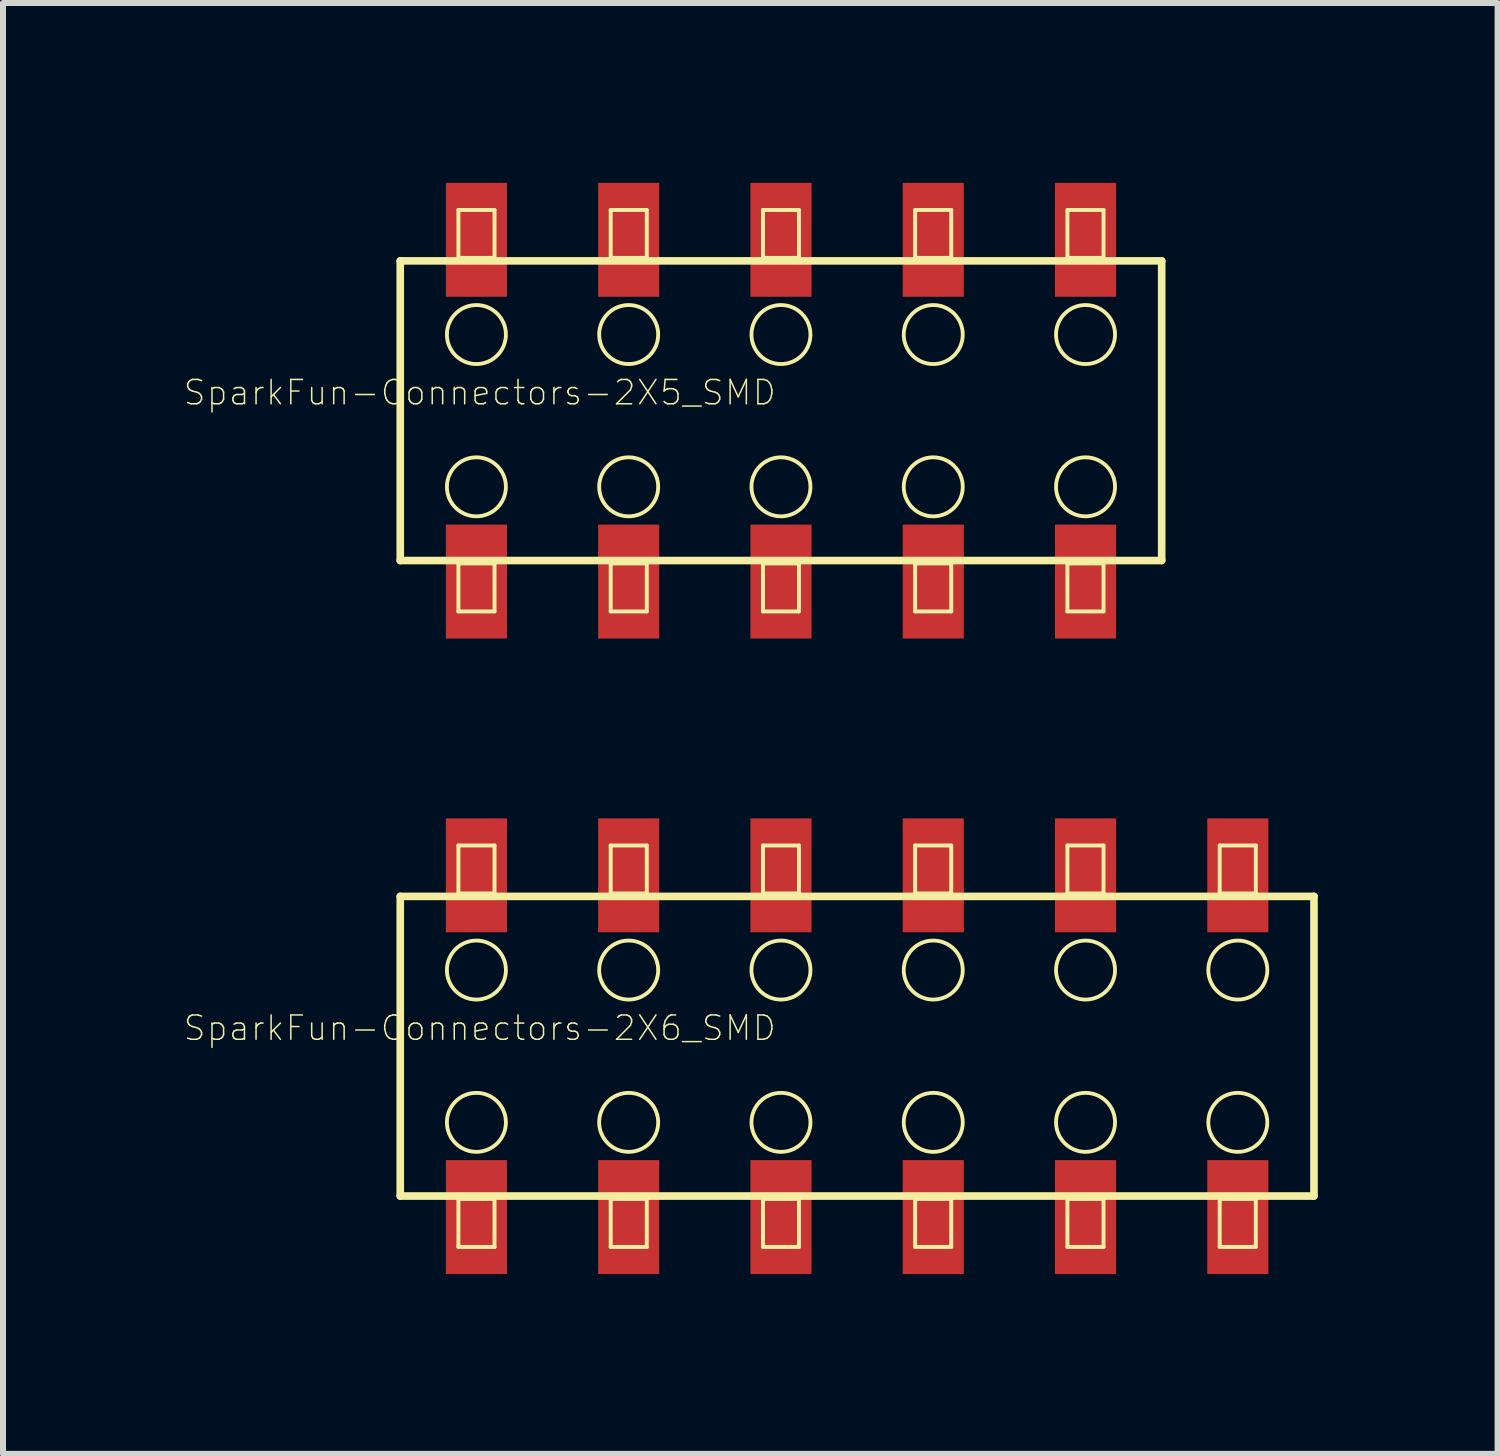
<source format=kicad_pcb>
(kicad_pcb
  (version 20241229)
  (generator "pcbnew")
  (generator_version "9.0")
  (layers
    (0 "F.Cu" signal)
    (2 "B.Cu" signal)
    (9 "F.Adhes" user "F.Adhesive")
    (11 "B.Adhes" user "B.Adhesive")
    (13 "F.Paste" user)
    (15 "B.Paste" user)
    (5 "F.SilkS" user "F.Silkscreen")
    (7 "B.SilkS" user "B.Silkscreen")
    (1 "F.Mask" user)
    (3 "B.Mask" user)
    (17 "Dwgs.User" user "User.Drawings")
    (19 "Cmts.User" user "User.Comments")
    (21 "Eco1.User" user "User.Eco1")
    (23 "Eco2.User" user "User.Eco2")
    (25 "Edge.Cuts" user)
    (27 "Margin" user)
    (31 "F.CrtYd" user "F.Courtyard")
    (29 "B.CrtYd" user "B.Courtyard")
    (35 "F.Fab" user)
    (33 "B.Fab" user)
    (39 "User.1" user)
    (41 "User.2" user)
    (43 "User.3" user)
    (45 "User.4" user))
  (footprint "SparkFun-Connectors-2X5_SMD"
    (layer "F.Cu")
    (at 9.976 3.8)
    (property "Reference" "SparkFun-Connectors-2X5_SMD" (at -5.024 -0.302 0) (layer "F.SilkS") (effects (font (size 0.406 0.406) (thickness 0.025))))
    (attr smd)
    (fp_line (start -6.35 -2.499) (end 6.35 -2.499) (stroke (width 0.127) (type solid)) (layer "F.SilkS"))
    (fp_line (start -6.35 2.499) (end -6.35 -2.499) (stroke (width 0.127) (type solid)) (layer "F.SilkS"))
    (fp_line (start -5.38 -3.348) (end -4.778 -3.348) (stroke (width 0.066) (type solid)) (layer "F.SilkS"))
    (fp_line (start -5.38 -2.548) (end -5.38 -3.348) (stroke (width 0.066) (type solid)) (layer "F.SilkS"))
    (fp_line (start -5.38 -2.548) (end -4.778 -2.548) (stroke (width 0.066) (type solid)) (layer "F.SilkS"))
    (fp_line (start -5.38 2.548) (end -4.778 2.548) (stroke (width 0.066) (type solid)) (layer "F.SilkS"))
    (fp_line (start -5.38 3.348) (end -5.38 2.548) (stroke (width 0.066) (type solid)) (layer "F.SilkS"))
    (fp_line (start -5.38 3.348) (end -4.778 3.348) (stroke (width 0.066) (type solid)) (layer "F.SilkS"))
    (fp_line (start -4.778 -2.548) (end -4.778 -3.348) (stroke (width 0.066) (type solid)) (layer "F.SilkS"))
    (fp_line (start -4.778 3.348) (end -4.778 2.548) (stroke (width 0.066) (type solid)) (layer "F.SilkS"))
    (fp_line (start -2.84 -3.348) (end -2.238 -3.348) (stroke (width 0.066) (type solid)) (layer "F.SilkS"))
    (fp_line (start -2.84 -2.548) (end -2.84 -3.348) (stroke (width 0.066) (type solid)) (layer "F.SilkS"))
    (fp_line (start -2.84 -2.548) (end -2.238 -2.548) (stroke (width 0.066) (type solid)) (layer "F.SilkS"))
    (fp_line (start -2.84 2.548) (end -2.238 2.548) (stroke (width 0.066) (type solid)) (layer "F.SilkS"))
    (fp_line (start -2.84 3.348) (end -2.84 2.548) (stroke (width 0.066) (type solid)) (layer "F.SilkS"))
    (fp_line (start -2.84 3.348) (end -2.238 3.348) (stroke (width 0.066) (type solid)) (layer "F.SilkS"))
    (fp_line (start -2.238 -2.548) (end -2.238 -3.348) (stroke (width 0.066) (type solid)) (layer "F.SilkS"))
    (fp_line (start -2.238 3.348) (end -2.238 2.548) (stroke (width 0.066) (type solid)) (layer "F.SilkS"))
    (fp_line (start -0.3 -3.348) (end 0.3 -3.348) (stroke (width 0.066) (type solid)) (layer "F.SilkS"))
    (fp_line (start -0.3 -2.548) (end -0.3 -3.348) (stroke (width 0.066) (type solid)) (layer "F.SilkS"))
    (fp_line (start -0.3 -2.548) (end 0.3 -2.548) (stroke (width 0.066) (type solid)) (layer "F.SilkS"))
    (fp_line (start -0.3 2.548) (end 0.3 2.548) (stroke (width 0.066) (type solid)) (layer "F.SilkS"))
    (fp_line (start -0.3 3.348) (end -0.3 2.548) (stroke (width 0.066) (type solid)) (layer "F.SilkS"))
    (fp_line (start -0.3 3.348) (end 0.3 3.348) (stroke (width 0.066) (type solid)) (layer "F.SilkS"))
    (fp_line (start 0.3 -2.548) (end 0.3 -3.348) (stroke (width 0.066) (type solid)) (layer "F.SilkS"))
    (fp_line (start 0.3 3.348) (end 0.3 2.548) (stroke (width 0.066) (type solid)) (layer "F.SilkS"))
    (fp_line (start 2.238 -3.348) (end 2.84 -3.348) (stroke (width 0.066) (type solid)) (layer "F.SilkS"))
    (fp_line (start 2.238 -2.548) (end 2.238 -3.348) (stroke (width 0.066) (type solid)) (layer "F.SilkS"))
    (fp_line (start 2.238 -2.548) (end 2.84 -2.548) (stroke (width 0.066) (type solid)) (layer "F.SilkS"))
    (fp_line (start 2.238 2.548) (end 2.84 2.548) (stroke (width 0.066) (type solid)) (layer "F.SilkS"))
    (fp_line (start 2.238 3.348) (end 2.238 2.548) (stroke (width 0.066) (type solid)) (layer "F.SilkS"))
    (fp_line (start 2.238 3.348) (end 2.84 3.348) (stroke (width 0.066) (type solid)) (layer "F.SilkS"))
    (fp_line (start 2.84 -2.548) (end 2.84 -3.348) (stroke (width 0.066) (type solid)) (layer "F.SilkS"))
    (fp_line (start 2.84 3.348) (end 2.84 2.548) (stroke (width 0.066) (type solid)) (layer "F.SilkS"))
    (fp_line (start 4.778 -3.348) (end 5.38 -3.348) (stroke (width 0.066) (type solid)) (layer "F.SilkS"))
    (fp_line (start 4.778 -2.548) (end 4.778 -3.348) (stroke (width 0.066) (type solid)) (layer "F.SilkS"))
    (fp_line (start 4.778 -2.548) (end 5.38 -2.548) (stroke (width 0.066) (type solid)) (layer "F.SilkS"))
    (fp_line (start 4.778 2.548) (end 5.38 2.548) (stroke (width 0.066) (type solid)) (layer "F.SilkS"))
    (fp_line (start 4.778 3.348) (end 4.778 2.548) (stroke (width 0.066) (type solid)) (layer "F.SilkS"))
    (fp_line (start 4.778 3.348) (end 5.38 3.348) (stroke (width 0.066) (type solid)) (layer "F.SilkS"))
    (fp_line (start 5.38 -2.548) (end 5.38 -3.348) (stroke (width 0.066) (type solid)) (layer "F.SilkS"))
    (fp_line (start 5.38 3.348) (end 5.38 2.548) (stroke (width 0.066) (type solid)) (layer "F.SilkS"))
    (fp_line (start 6.35 -2.499) (end 6.35 2.499) (stroke (width 0.127) (type solid)) (layer "F.SilkS"))
    (fp_line (start 6.35 2.499) (end -6.35 2.499) (stroke (width 0.127) (type solid)) (layer "F.SilkS"))
    (fp_circle (center -5.08 -1.27) (end -5.428 -1.618) (stroke (width 0.064) (type solid)) (fill no) (layer "F.SilkS"))
    (fp_circle (center -5.08 1.27) (end -5.428 1.618) (stroke (width 0.064) (type solid)) (fill no) (layer "F.SilkS"))
    (fp_circle (center -2.54 -1.27) (end -2.888 -1.618) (stroke (width 0.064) (type solid)) (fill no) (layer "F.SilkS"))
    (fp_circle (center -2.54 1.27) (end -2.888 1.618) (stroke (width 0.064) (type solid)) (fill no) (layer "F.SilkS"))
    (fp_circle (center 0 -1.27) (end -0.348 -1.618) (stroke (width 0.064) (type solid)) (fill no) (layer "F.SilkS"))
    (fp_circle (center 0 1.27) (end -0.348 1.618) (stroke (width 0.064) (type solid)) (fill no) (layer "F.SilkS"))
    (fp_circle (center 2.54 -1.27) (end 2.888 -1.618) (stroke (width 0.064) (type solid)) (fill no) (layer "F.SilkS"))
    (fp_circle (center 2.54 1.27) (end 2.888 1.618) (stroke (width 0.064) (type solid)) (fill no) (layer "F.SilkS"))
    (fp_circle (center 5.08 -1.27) (end 5.428 -1.618) (stroke (width 0.064) (type solid)) (fill no) (layer "F.SilkS"))
    (fp_circle (center 5.08 1.27) (end 5.428 1.618) (stroke (width 0.064) (type solid)) (fill no) (layer "F.SilkS"))
    (pad "1" smd rect (at -5.08 2.85) (size 1.019 1.9) (layers "F.Cu" "F.Mask" "F.Paste"))
    (pad "2" smd rect (at -5.08 -2.85) (size 1.019 1.9) (layers "F.Cu" "F.Mask" "F.Paste"))
    (pad "3" smd rect (at -2.54 2.85) (size 1.019 1.9) (layers "F.Cu" "F.Mask" "F.Paste"))
    (pad "4" smd rect (at -2.54 -2.85) (size 1.019 1.9) (layers "F.Cu" "F.Mask" "F.Paste"))
    (pad "5" smd rect (at 0 2.85) (size 1.019 1.9) (layers "F.Cu" "F.Mask" "F.Paste"))
    (pad "6" smd rect (at 0 -2.85) (size 1.019 1.9) (layers "F.Cu" "F.Mask" "F.Paste"))
    (pad "7" smd rect (at 2.54 2.85) (size 1.019 1.9) (layers "F.Cu" "F.Mask" "F.Paste"))
    (pad "8" smd rect (at 2.54 -2.85) (size 1.019 1.9) (layers "F.Cu" "F.Mask" "F.Paste"))
    (pad "9" smd rect (at 5.08 2.85) (size 1.019 1.9) (layers "F.Cu" "F.Mask" "F.Paste"))
    (pad "10" smd rect (at 5.08 -2.85) (size 1.019 1.9) (layers "F.Cu" "F.Mask" "F.Paste")))
  (footprint "SparkFun-Connectors-2X6_SMD"
    (layer "F.Cu")
    (at 9.976 14.4)
    (property "Reference" "SparkFun-Connectors-2X6_SMD" (at -5.024 -0.302 0) (layer "F.SilkS") (effects (font (size 0.406 0.406) (thickness 0.025))))
    (attr smd)
    (fp_line (start -6.35 -2.499) (end 8.89 -2.499) (stroke (width 0.127) (type solid)) (layer "F.SilkS"))
    (fp_line (start -6.35 2.499) (end -6.35 -2.499) (stroke (width 0.127) (type solid)) (layer "F.SilkS"))
    (fp_line (start -5.38 -3.348) (end -4.778 -3.348) (stroke (width 0.066) (type solid)) (layer "F.SilkS"))
    (fp_line (start -5.38 -2.548) (end -5.38 -3.348) (stroke (width 0.066) (type solid)) (layer "F.SilkS"))
    (fp_line (start -5.38 -2.548) (end -4.778 -2.548) (stroke (width 0.066) (type solid)) (layer "F.SilkS"))
    (fp_line (start -5.38 2.548) (end -4.778 2.548) (stroke (width 0.066) (type solid)) (layer "F.SilkS"))
    (fp_line (start -5.38 3.348) (end -5.38 2.548) (stroke (width 0.066) (type solid)) (layer "F.SilkS"))
    (fp_line (start -5.38 3.348) (end -4.778 3.348) (stroke (width 0.066) (type solid)) (layer "F.SilkS"))
    (fp_line (start -4.778 -2.548) (end -4.778 -3.348) (stroke (width 0.066) (type solid)) (layer "F.SilkS"))
    (fp_line (start -4.778 3.348) (end -4.778 2.548) (stroke (width 0.066) (type solid)) (layer "F.SilkS"))
    (fp_line (start -2.84 -3.348) (end -2.238 -3.348) (stroke (width 0.066) (type solid)) (layer "F.SilkS"))
    (fp_line (start -2.84 -2.548) (end -2.84 -3.348) (stroke (width 0.066) (type solid)) (layer "F.SilkS"))
    (fp_line (start -2.84 -2.548) (end -2.238 -2.548) (stroke (width 0.066) (type solid)) (layer "F.SilkS"))
    (fp_line (start -2.84 2.548) (end -2.238 2.548) (stroke (width 0.066) (type solid)) (layer "F.SilkS"))
    (fp_line (start -2.84 3.348) (end -2.84 2.548) (stroke (width 0.066) (type solid)) (layer "F.SilkS"))
    (fp_line (start -2.84 3.348) (end -2.238 3.348) (stroke (width 0.066) (type solid)) (layer "F.SilkS"))
    (fp_line (start -2.238 -2.548) (end -2.238 -3.348) (stroke (width 0.066) (type solid)) (layer "F.SilkS"))
    (fp_line (start -2.238 3.348) (end -2.238 2.548) (stroke (width 0.066) (type solid)) (layer "F.SilkS"))
    (fp_line (start -0.3 -3.348) (end 0.3 -3.348) (stroke (width 0.066) (type solid)) (layer "F.SilkS"))
    (fp_line (start -0.3 -2.548) (end -0.3 -3.348) (stroke (width 0.066) (type solid)) (layer "F.SilkS"))
    (fp_line (start -0.3 -2.548) (end 0.3 -2.548) (stroke (width 0.066) (type solid)) (layer "F.SilkS"))
    (fp_line (start -0.3 2.548) (end 0.3 2.548) (stroke (width 0.066) (type solid)) (layer "F.SilkS"))
    (fp_line (start -0.3 3.348) (end -0.3 2.548) (stroke (width 0.066) (type solid)) (layer "F.SilkS"))
    (fp_line (start -0.3 3.348) (end 0.3 3.348) (stroke (width 0.066) (type solid)) (layer "F.SilkS"))
    (fp_line (start 0.3 -2.548) (end 0.3 -3.348) (stroke (width 0.066) (type solid)) (layer "F.SilkS"))
    (fp_line (start 0.3 3.348) (end 0.3 2.548) (stroke (width 0.066) (type solid)) (layer "F.SilkS"))
    (fp_line (start 2.238 -3.348) (end 2.84 -3.348) (stroke (width 0.066) (type solid)) (layer "F.SilkS"))
    (fp_line (start 2.238 -2.548) (end 2.238 -3.348) (stroke (width 0.066) (type solid)) (layer "F.SilkS"))
    (fp_line (start 2.238 -2.548) (end 2.84 -2.548) (stroke (width 0.066) (type solid)) (layer "F.SilkS"))
    (fp_line (start 2.238 2.548) (end 2.84 2.548) (stroke (width 0.066) (type solid)) (layer "F.SilkS"))
    (fp_line (start 2.238 3.348) (end 2.238 2.548) (stroke (width 0.066) (type solid)) (layer "F.SilkS"))
    (fp_line (start 2.238 3.348) (end 2.84 3.348) (stroke (width 0.066) (type solid)) (layer "F.SilkS"))
    (fp_line (start 2.84 -2.548) (end 2.84 -3.348) (stroke (width 0.066) (type solid)) (layer "F.SilkS"))
    (fp_line (start 2.84 3.348) (end 2.84 2.548) (stroke (width 0.066) (type solid)) (layer "F.SilkS"))
    (fp_line (start 4.778 -3.348) (end 5.38 -3.348) (stroke (width 0.066) (type solid)) (layer "F.SilkS"))
    (fp_line (start 4.778 -2.548) (end 4.778 -3.348) (stroke (width 0.066) (type solid)) (layer "F.SilkS"))
    (fp_line (start 4.778 -2.548) (end 5.38 -2.548) (stroke (width 0.066) (type solid)) (layer "F.SilkS"))
    (fp_line (start 4.778 2.548) (end 5.38 2.548) (stroke (width 0.066) (type solid)) (layer "F.SilkS"))
    (fp_line (start 4.778 3.348) (end 4.778 2.548) (stroke (width 0.066) (type solid)) (layer "F.SilkS"))
    (fp_line (start 4.778 3.348) (end 5.38 3.348) (stroke (width 0.066) (type solid)) (layer "F.SilkS"))
    (fp_line (start 5.38 -2.548) (end 5.38 -3.348) (stroke (width 0.066) (type solid)) (layer "F.SilkS"))
    (fp_line (start 5.38 3.348) (end 5.38 2.548) (stroke (width 0.066) (type solid)) (layer "F.SilkS"))
    (fp_line (start 7.318 -3.348) (end 7.92 -3.348) (stroke (width 0.066) (type solid)) (layer "F.SilkS"))
    (fp_line (start 7.318 -2.548) (end 7.318 -3.348) (stroke (width 0.066) (type solid)) (layer "F.SilkS"))
    (fp_line (start 7.318 -2.548) (end 7.92 -2.548) (stroke (width 0.066) (type solid)) (layer "F.SilkS"))
    (fp_line (start 7.318 2.548) (end 7.92 2.548) (stroke (width 0.066) (type solid)) (layer "F.SilkS"))
    (fp_line (start 7.318 3.348) (end 7.318 2.548) (stroke (width 0.066) (type solid)) (layer "F.SilkS"))
    (fp_line (start 7.318 3.348) (end 7.92 3.348) (stroke (width 0.066) (type solid)) (layer "F.SilkS"))
    (fp_line (start 7.92 -2.548) (end 7.92 -3.348) (stroke (width 0.066) (type solid)) (layer "F.SilkS"))
    (fp_line (start 7.92 3.348) (end 7.92 2.548) (stroke (width 0.066) (type solid)) (layer "F.SilkS"))
    (fp_line (start 8.89 -2.499) (end 8.89 2.499) (stroke (width 0.127) (type solid)) (layer "F.SilkS"))
    (fp_line (start 8.89 2.499) (end -6.35 2.499) (stroke (width 0.127) (type solid)) (layer "F.SilkS"))
    (fp_circle (center -5.08 -1.27) (end -5.428 -1.618) (stroke (width 0.064) (type solid)) (fill no) (layer "F.SilkS"))
    (fp_circle (center -5.08 1.27) (end -5.428 1.618) (stroke (width 0.064) (type solid)) (fill no) (layer "F.SilkS"))
    (fp_circle (center -2.54 -1.27) (end -2.888 -1.618) (stroke (width 0.064) (type solid)) (fill no) (layer "F.SilkS"))
    (fp_circle (center -2.54 1.27) (end -2.888 1.618) (stroke (width 0.064) (type solid)) (fill no) (layer "F.SilkS"))
    (fp_circle (center 0 -1.27) (end -0.348 -1.618) (stroke (width 0.064) (type solid)) (fill no) (layer "F.SilkS"))
    (fp_circle (center 0 1.27) (end -0.348 1.618) (stroke (width 0.064) (type solid)) (fill no) (layer "F.SilkS"))
    (fp_circle (center 2.54 -1.27) (end 2.888 -1.618) (stroke (width 0.064) (type solid)) (fill no) (layer "F.SilkS"))
    (fp_circle (center 2.54 1.27) (end 2.888 1.618) (stroke (width 0.064) (type solid)) (fill no) (layer "F.SilkS"))
    (fp_circle (center 5.08 -1.27) (end 5.428 -1.618) (stroke (width 0.064) (type solid)) (fill no) (layer "F.SilkS"))
    (fp_circle (center 5.08 1.27) (end 5.428 1.618) (stroke (width 0.064) (type solid)) (fill no) (layer "F.SilkS"))
    (fp_circle (center 7.62 -1.27) (end 7.968 -1.618) (stroke (width 0.064) (type solid)) (fill no) (layer "F.SilkS"))
    (fp_circle (center 7.62 1.27) (end 7.968 1.618) (stroke (width 0.064) (type solid)) (fill no) (layer "F.SilkS"))
    (pad "1" smd rect (at -5.08 2.85) (size 1.019 1.9) (layers "F.Cu" "F.Mask" "F.Paste"))
    (pad "2" smd rect (at -5.08 -2.85) (size 1.019 1.9) (layers "F.Cu" "F.Mask" "F.Paste"))
    (pad "3" smd rect (at -2.54 2.85) (size 1.019 1.9) (layers "F.Cu" "F.Mask" "F.Paste"))
    (pad "4" smd rect (at -2.54 -2.85) (size 1.019 1.9) (layers "F.Cu" "F.Mask" "F.Paste"))
    (pad "5" smd rect (at 0 2.85) (size 1.019 1.9) (layers "F.Cu" "F.Mask" "F.Paste"))
    (pad "6" smd rect (at 0 -2.85) (size 1.019 1.9) (layers "F.Cu" "F.Mask" "F.Paste"))
    (pad "7" smd rect (at 2.54 2.85) (size 1.019 1.9) (layers "F.Cu" "F.Mask" "F.Paste"))
    (pad "8" smd rect (at 2.54 -2.85) (size 1.019 1.9) (layers "F.Cu" "F.Mask" "F.Paste"))
    (pad "9" smd rect (at 5.08 2.85) (size 1.019 1.9) (layers "F.Cu" "F.Mask" "F.Paste"))
    (pad "10" smd rect (at 5.08 -2.85) (size 1.019 1.9) (layers "F.Cu" "F.Mask" "F.Paste"))
    (pad "11" smd rect (at 7.62 2.85) (size 1.019 1.9) (layers "F.Cu" "F.Mask" "F.Paste"))
    (pad "12" smd rect (at 7.62 -2.85) (size 1.019 1.9) (layers "F.Cu" "F.Mask" "F.Paste")))
  (gr_rect
    (start -3 -3)
    (end 21.929 21.199)
    (stroke (width 0.1) (type default))
    (fill no)
    (layer "Edge.Cuts")))
</source>
